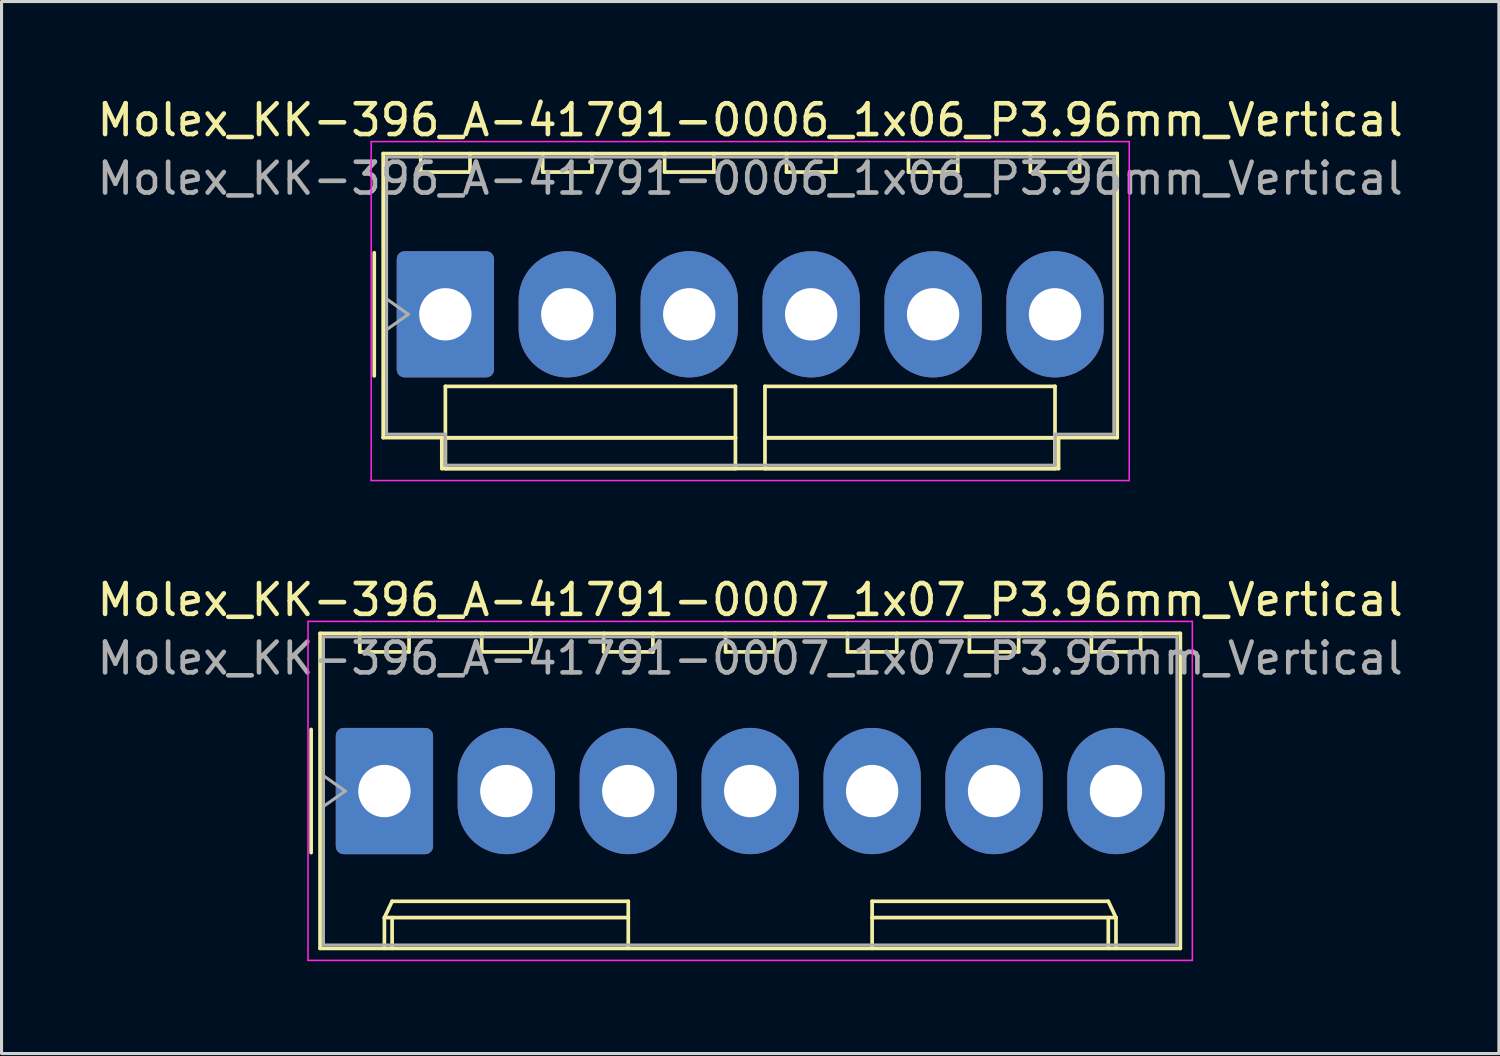
<source format=kicad_pcb>
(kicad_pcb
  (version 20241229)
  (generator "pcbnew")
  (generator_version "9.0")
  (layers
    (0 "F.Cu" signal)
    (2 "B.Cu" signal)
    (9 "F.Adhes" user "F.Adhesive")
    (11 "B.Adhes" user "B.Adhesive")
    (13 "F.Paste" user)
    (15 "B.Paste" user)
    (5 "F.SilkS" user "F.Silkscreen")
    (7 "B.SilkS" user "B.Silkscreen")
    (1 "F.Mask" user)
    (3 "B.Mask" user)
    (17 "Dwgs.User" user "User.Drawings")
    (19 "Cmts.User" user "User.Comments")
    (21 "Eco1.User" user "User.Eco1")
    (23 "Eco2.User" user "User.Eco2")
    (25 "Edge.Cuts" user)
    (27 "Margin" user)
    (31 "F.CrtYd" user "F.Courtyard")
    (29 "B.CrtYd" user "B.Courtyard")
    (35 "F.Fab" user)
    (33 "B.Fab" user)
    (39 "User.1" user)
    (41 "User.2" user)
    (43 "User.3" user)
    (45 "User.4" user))
  (footprint "Molex_KK-396_A-41791-0006_1x06_P3.96mm_Vertical"
    (layer "F.Cu")
    (at 11.415 7.158)
    (property "Reference" "Molex_KK-396_A-41791-0006_1x06_P3.96mm_Vertical" (at 9.9 -6.31 0) (layer "F.SilkS") (effects (font (size 1 1) (thickness 0.15))))
    (attr through_hole)
    (fp_line (start -2.31 -2) (end -2.31 2) (stroke (width 0.12) (type solid)) (layer "F.SilkS"))
    (fp_line (start -2.02 -5.22) (end 21.82 -5.22) (stroke (width 0.12) (type solid)) (layer "F.SilkS"))
    (fp_line (start -2.02 4.005) (end -2.02 -5.22) (stroke (width 0.12) (type solid)) (layer "F.SilkS"))
    (fp_line (start -0.8 -5.22) (end -0.8 -4.62) (stroke (width 0.12) (type solid)) (layer "F.SilkS"))
    (fp_line (start -0.8 -4.62) (end 0.8 -4.62) (stroke (width 0.12) (type solid)) (layer "F.SilkS"))
    (fp_line (start -0.115 4.005) (end -2.02 4.005) (stroke (width 0.12) (type solid)) (layer "F.SilkS"))
    (fp_line (start -0.115 5.01) (end -0.115 4.005) (stroke (width 0.12) (type solid)) (layer "F.SilkS"))
    (fp_line (start 0 2.34) (end 9.42 2.34) (stroke (width 0.12) (type solid)) (layer "F.SilkS"))
    (fp_line (start 0 4.01) (end 0 2.34) (stroke (width 0.12) (type solid)) (layer "F.SilkS"))
    (fp_line (start 0 4.01) (end 9.42 4.01) (stroke (width 0.12) (type solid)) (layer "F.SilkS"))
    (fp_line (start 0 5.01) (end 0 4.01) (stroke (width 0.12) (type solid)) (layer "F.SilkS"))
    (fp_line (start 0.8 -4.62) (end 0.8 -5.22) (stroke (width 0.12) (type solid)) (layer "F.SilkS"))
    (fp_line (start 3.16 -5.22) (end 3.16 -4.62) (stroke (width 0.12) (type solid)) (layer "F.SilkS"))
    (fp_line (start 3.16 -4.62) (end 4.76 -4.62) (stroke (width 0.12) (type solid)) (layer "F.SilkS"))
    (fp_line (start 4.76 -4.62) (end 4.76 -5.22) (stroke (width 0.12) (type solid)) (layer "F.SilkS"))
    (fp_line (start 7.12 -5.22) (end 7.12 -4.62) (stroke (width 0.12) (type solid)) (layer "F.SilkS"))
    (fp_line (start 7.12 -4.62) (end 8.72 -4.62) (stroke (width 0.12) (type solid)) (layer "F.SilkS"))
    (fp_line (start 8.72 -4.62) (end 8.72 -5.22) (stroke (width 0.12) (type solid)) (layer "F.SilkS"))
    (fp_line (start 9.42 2.34) (end 9.42 4.01) (stroke (width 0.12) (type solid)) (layer "F.SilkS"))
    (fp_line (start 9.42 4.01) (end 0 4.01) (stroke (width 0.12) (type solid)) (layer "F.SilkS"))
    (fp_line (start 9.42 4.01) (end 9.42 5.01) (stroke (width 0.12) (type solid)) (layer "F.SilkS"))
    (fp_line (start 9.42 5.01) (end 0 5.01) (stroke (width 0.12) (type solid)) (layer "F.SilkS"))
    (fp_line (start 10.38 2.34) (end 19.8 2.34) (stroke (width 0.12) (type solid)) (layer "F.SilkS"))
    (fp_line (start 10.38 4.01) (end 10.38 2.34) (stroke (width 0.12) (type solid)) (layer "F.SilkS"))
    (fp_line (start 10.38 4.01) (end 19.8 4.01) (stroke (width 0.12) (type solid)) (layer "F.SilkS"))
    (fp_line (start 10.38 5.01) (end 10.38 4.01) (stroke (width 0.12) (type solid)) (layer "F.SilkS"))
    (fp_line (start 11.08 -5.22) (end 11.08 -4.62) (stroke (width 0.12) (type solid)) (layer "F.SilkS"))
    (fp_line (start 11.08 -4.62) (end 12.68 -4.62) (stroke (width 0.12) (type solid)) (layer "F.SilkS"))
    (fp_line (start 12.68 -4.62) (end 12.68 -5.22) (stroke (width 0.12) (type solid)) (layer "F.SilkS"))
    (fp_line (start 15.04 -5.22) (end 15.04 -4.62) (stroke (width 0.12) (type solid)) (layer "F.SilkS"))
    (fp_line (start 15.04 -4.62) (end 16.64 -4.62) (stroke (width 0.12) (type solid)) (layer "F.SilkS"))
    (fp_line (start 16.64 -4.62) (end 16.64 -5.22) (stroke (width 0.12) (type solid)) (layer "F.SilkS"))
    (fp_line (start 19 -5.22) (end 19 -4.62) (stroke (width 0.12) (type solid)) (layer "F.SilkS"))
    (fp_line (start 19 -4.62) (end 20.6 -4.62) (stroke (width 0.12) (type solid)) (layer "F.SilkS"))
    (fp_line (start 19.8 2.34) (end 19.8 4.01) (stroke (width 0.12) (type solid)) (layer "F.SilkS"))
    (fp_line (start 19.8 4.01) (end 10.38 4.01) (stroke (width 0.12) (type solid)) (layer "F.SilkS"))
    (fp_line (start 19.8 4.01) (end 19.8 5.01) (stroke (width 0.12) (type solid)) (layer "F.SilkS"))
    (fp_line (start 19.8 5.01) (end 10.38 5.01) (stroke (width 0.12) (type solid)) (layer "F.SilkS"))
    (fp_line (start 19.915 4.005) (end 19.915 5.01) (stroke (width 0.12) (type solid)) (layer "F.SilkS"))
    (fp_line (start 19.915 5.01) (end -0.115 5.01) (stroke (width 0.12) (type solid)) (layer "F.SilkS"))
    (fp_line (start 20.6 -4.62) (end 20.6 -5.22) (stroke (width 0.12) (type solid)) (layer "F.SilkS"))
    (fp_line (start 21.82 -5.22) (end 21.82 4.005) (stroke (width 0.12) (type solid)) (layer "F.SilkS"))
    (fp_line (start 21.82 4.005) (end 19.915 4.005) (stroke (width 0.12) (type solid)) (layer "F.SilkS"))
    (fp_line (start -2.41 -5.61) (end -2.41 5.4) (stroke (width 0.05) (type solid)) (layer "F.CrtYd"))
    (fp_line (start -2.41 5.4) (end 22.21 5.4) (stroke (width 0.05) (type solid)) (layer "F.CrtYd"))
    (fp_line (start 22.21 -5.61) (end -2.41 -5.61) (stroke (width 0.05) (type solid)) (layer "F.CrtYd"))
    (fp_line (start 22.21 5.4) (end 22.21 -5.61) (stroke (width 0.05) (type solid)) (layer "F.CrtYd"))
    (fp_line (start -1.91 -5.11) (end 21.71 -5.11) (stroke (width 0.1) (type solid)) (layer "F.Fab"))
    (fp_line (start -1.91 -0.5) (end -1.203 0) (stroke (width 0.1) (type solid)) (layer "F.Fab"))
    (fp_line (start -1.91 3.895) (end -1.91 -5.11) (stroke (width 0.1) (type solid)) (layer "F.Fab"))
    (fp_line (start -1.203 0) (end -1.91 0.5) (stroke (width 0.1) (type solid)) (layer "F.Fab"))
    (fp_line (start -0.005 3.895) (end -1.91 3.895) (stroke (width 0.1) (type solid)) (layer "F.Fab"))
    (fp_line (start -0.005 4.9) (end -0.005 3.895) (stroke (width 0.1) (type solid)) (layer "F.Fab"))
    (fp_line (start 19.805 3.895) (end 19.805 4.9) (stroke (width 0.1) (type solid)) (layer "F.Fab"))
    (fp_line (start 19.805 4.9) (end -0.005 4.9) (stroke (width 0.1) (type solid)) (layer "F.Fab"))
    (fp_line (start 21.71 -5.11) (end 21.71 3.895) (stroke (width 0.1) (type solid)) (layer "F.Fab"))
    (fp_line (start 21.71 3.895) (end 19.805 3.895) (stroke (width 0.1) (type solid)) (layer "F.Fab"))
    (fp_text user "${REFERENCE}" (at 9.9 -4.41 0) (layer "F.Fab") (effects (font (size 1 1) (thickness 0.15))))
    (pad "1" thru_hole roundrect (at 0 0) (size 3.16 4.1) (drill 1.7) (layers "*.Cu" "*.Mask") (roundrect_rratio 0.079))
    (pad "2" thru_hole oval (at 3.96 0) (size 3.16 4.1) (drill 1.7) (layers "*.Cu" "*.Mask"))
    (pad "3" thru_hole oval (at 7.92 0) (size 3.16 4.1) (drill 1.7) (layers "*.Cu" "*.Mask"))
    (pad "4" thru_hole oval (at 11.88 0) (size 3.16 4.1) (drill 1.7) (layers "*.Cu" "*.Mask"))
    (pad "5" thru_hole oval (at 15.84 0) (size 3.16 4.1) (drill 1.7) (layers "*.Cu" "*.Mask"))
    (pad "6" thru_hole oval (at 19.8 0) (size 3.16 4.1) (drill 1.7) (layers "*.Cu" "*.Mask")))
  (footprint "Molex_KK-396_A-41791-0007_1x07_P3.96mm_Vertical"
    (layer "F.Cu")
    (at 9.435 22.642)
    (property "Reference" "Molex_KK-396_A-41791-0007_1x07_P3.96mm_Vertical" (at 11.88 -6.21 0) (layer "F.SilkS") (effects (font (size 1 1) (thickness 0.15))))
    (attr through_hole)
    (fp_line (start -2.38 -2) (end -2.38 2) (stroke (width 0.12) (type solid)) (layer "F.SilkS"))
    (fp_line (start -2.09 -5.12) (end -2.09 5.11) (stroke (width 0.12) (type solid)) (layer "F.SilkS"))
    (fp_line (start -2.09 5.11) (end 25.85 5.11) (stroke (width 0.12) (type solid)) (layer "F.SilkS"))
    (fp_line (start -0.8 -5.12) (end -0.8 -4.52) (stroke (width 0.12) (type solid)) (layer "F.SilkS"))
    (fp_line (start -0.8 -4.52) (end 0.8 -4.52) (stroke (width 0.12) (type solid)) (layer "F.SilkS"))
    (fp_line (start 0 4.11) (end 0.25 3.58) (stroke (width 0.12) (type solid)) (layer "F.SilkS"))
    (fp_line (start 0 4.11) (end 7.92 4.11) (stroke (width 0.12) (type solid)) (layer "F.SilkS"))
    (fp_line (start 0 5.11) (end 0 4.11) (stroke (width 0.12) (type solid)) (layer "F.SilkS"))
    (fp_line (start 0.25 3.58) (end 7.92 3.58) (stroke (width 0.12) (type solid)) (layer "F.SilkS"))
    (fp_line (start 0.25 5.11) (end 0.25 4.11) (stroke (width 0.12) (type solid)) (layer "F.SilkS"))
    (fp_line (start 0.8 -4.52) (end 0.8 -5.12) (stroke (width 0.12) (type solid)) (layer "F.SilkS"))
    (fp_line (start 3.16 -5.12) (end 3.16 -4.52) (stroke (width 0.12) (type solid)) (layer "F.SilkS"))
    (fp_line (start 3.16 -4.52) (end 4.76 -4.52) (stroke (width 0.12) (type solid)) (layer "F.SilkS"))
    (fp_line (start 4.76 -4.52) (end 4.76 -5.12) (stroke (width 0.12) (type solid)) (layer "F.SilkS"))
    (fp_line (start 7.12 -5.12) (end 7.12 -4.52) (stroke (width 0.12) (type solid)) (layer "F.SilkS"))
    (fp_line (start 7.12 -4.52) (end 8.72 -4.52) (stroke (width 0.12) (type solid)) (layer "F.SilkS"))
    (fp_line (start 7.92 3.58) (end 7.92 4.11) (stroke (width 0.12) (type solid)) (layer "F.SilkS"))
    (fp_line (start 7.92 4.11) (end 7.92 5.11) (stroke (width 0.12) (type solid)) (layer "F.SilkS"))
    (fp_line (start 8.72 -4.52) (end 8.72 -5.12) (stroke (width 0.12) (type solid)) (layer "F.SilkS"))
    (fp_line (start 11.08 -5.12) (end 11.08 -4.52) (stroke (width 0.12) (type solid)) (layer "F.SilkS"))
    (fp_line (start 11.08 -4.52) (end 12.68 -4.52) (stroke (width 0.12) (type solid)) (layer "F.SilkS"))
    (fp_line (start 12.68 -4.52) (end 12.68 -5.12) (stroke (width 0.12) (type solid)) (layer "F.SilkS"))
    (fp_line (start 15.04 -5.12) (end 15.04 -4.52) (stroke (width 0.12) (type solid)) (layer "F.SilkS"))
    (fp_line (start 15.04 -4.52) (end 16.64 -4.52) (stroke (width 0.12) (type solid)) (layer "F.SilkS"))
    (fp_line (start 15.84 3.58) (end 15.84 4.11) (stroke (width 0.12) (type solid)) (layer "F.SilkS"))
    (fp_line (start 15.84 4.11) (end 15.84 5.11) (stroke (width 0.12) (type solid)) (layer "F.SilkS"))
    (fp_line (start 16.64 -4.52) (end 16.64 -5.12) (stroke (width 0.12) (type solid)) (layer "F.SilkS"))
    (fp_line (start 19 -5.12) (end 19 -4.52) (stroke (width 0.12) (type solid)) (layer "F.SilkS"))
    (fp_line (start 19 -4.52) (end 20.6 -4.52) (stroke (width 0.12) (type solid)) (layer "F.SilkS"))
    (fp_line (start 20.6 -4.52) (end 20.6 -5.12) (stroke (width 0.12) (type solid)) (layer "F.SilkS"))
    (fp_line (start 22.96 -5.12) (end 22.96 -4.52) (stroke (width 0.12) (type solid)) (layer "F.SilkS"))
    (fp_line (start 22.96 -4.52) (end 24.56 -4.52) (stroke (width 0.12) (type solid)) (layer "F.SilkS"))
    (fp_line (start 23.51 3.58) (end 15.84 3.58) (stroke (width 0.12) (type solid)) (layer "F.SilkS"))
    (fp_line (start 23.51 5.11) (end 23.51 4.11) (stroke (width 0.12) (type solid)) (layer "F.SilkS"))
    (fp_line (start 23.76 4.11) (end 15.84 4.11) (stroke (width 0.12) (type solid)) (layer "F.SilkS"))
    (fp_line (start 23.76 4.11) (end 23.51 3.58) (stroke (width 0.12) (type solid)) (layer "F.SilkS"))
    (fp_line (start 23.76 5.11) (end 23.76 4.11) (stroke (width 0.12) (type solid)) (layer "F.SilkS"))
    (fp_line (start 24.56 -4.52) (end 24.56 -5.12) (stroke (width 0.12) (type solid)) (layer "F.SilkS"))
    (fp_line (start 25.85 -5.12) (end -2.09 -5.12) (stroke (width 0.12) (type solid)) (layer "F.SilkS"))
    (fp_line (start 25.85 5.11) (end 25.85 -5.12) (stroke (width 0.12) (type solid)) (layer "F.SilkS"))
    (fp_line (start -2.48 -5.51) (end -2.48 5.5) (stroke (width 0.05) (type solid)) (layer "F.CrtYd"))
    (fp_line (start -2.48 5.5) (end 26.24 5.5) (stroke (width 0.05) (type solid)) (layer "F.CrtYd"))
    (fp_line (start 26.24 -5.51) (end -2.48 -5.51) (stroke (width 0.05) (type solid)) (layer "F.CrtYd"))
    (fp_line (start 26.24 5.5) (end 26.24 -5.51) (stroke (width 0.05) (type solid)) (layer "F.CrtYd"))
    (fp_line (start -1.98 -5.01) (end -1.98 5) (stroke (width 0.1) (type solid)) (layer "F.Fab"))
    (fp_line (start -1.98 -0.5) (end -1.273 0) (stroke (width 0.1) (type solid)) (layer "F.Fab"))
    (fp_line (start -1.98 5) (end 25.74 5) (stroke (width 0.1) (type solid)) (layer "F.Fab"))
    (fp_line (start -1.273 0) (end -1.98 0.5) (stroke (width 0.1) (type solid)) (layer "F.Fab"))
    (fp_line (start 25.74 -5.01) (end -1.98 -5.01) (stroke (width 0.1) (type solid)) (layer "F.Fab"))
    (fp_line (start 25.74 5) (end 25.74 -5.01) (stroke (width 0.1) (type solid)) (layer "F.Fab"))
    (fp_text user "${REFERENCE}" (at 11.88 -4.31 0) (layer "F.Fab") (effects (font (size 1 1) (thickness 0.15))))
    (pad "1" thru_hole roundrect (at 0 0) (size 3.16 4.1) (drill 1.7) (layers "*.Cu" "*.Mask") (roundrect_rratio 0.079))
    (pad "2" thru_hole oval (at 3.96 0) (size 3.16 4.1) (drill 1.7) (layers "*.Cu" "*.Mask"))
    (pad "3" thru_hole oval (at 7.92 0) (size 3.16 4.1) (drill 1.7) (layers "*.Cu" "*.Mask"))
    (pad "4" thru_hole oval (at 11.88 0) (size 3.16 4.1) (drill 1.7) (layers "*.Cu" "*.Mask"))
    (pad "5" thru_hole oval (at 15.84 0) (size 3.16 4.1) (drill 1.7) (layers "*.Cu" "*.Mask"))
    (pad "6" thru_hole oval (at 19.8 0) (size 3.16 4.1) (drill 1.7) (layers "*.Cu" "*.Mask"))
    (pad "7" thru_hole oval (at 23.76 0) (size 3.16 4.1) (drill 1.7) (layers "*.Cu" "*.Mask")))
  (gr_rect
    (start -3 -3)
    (end 45.631 31.166)
    (stroke (width 0.1) (type default))
    (fill no)
    (layer "Edge.Cuts")))
</source>
